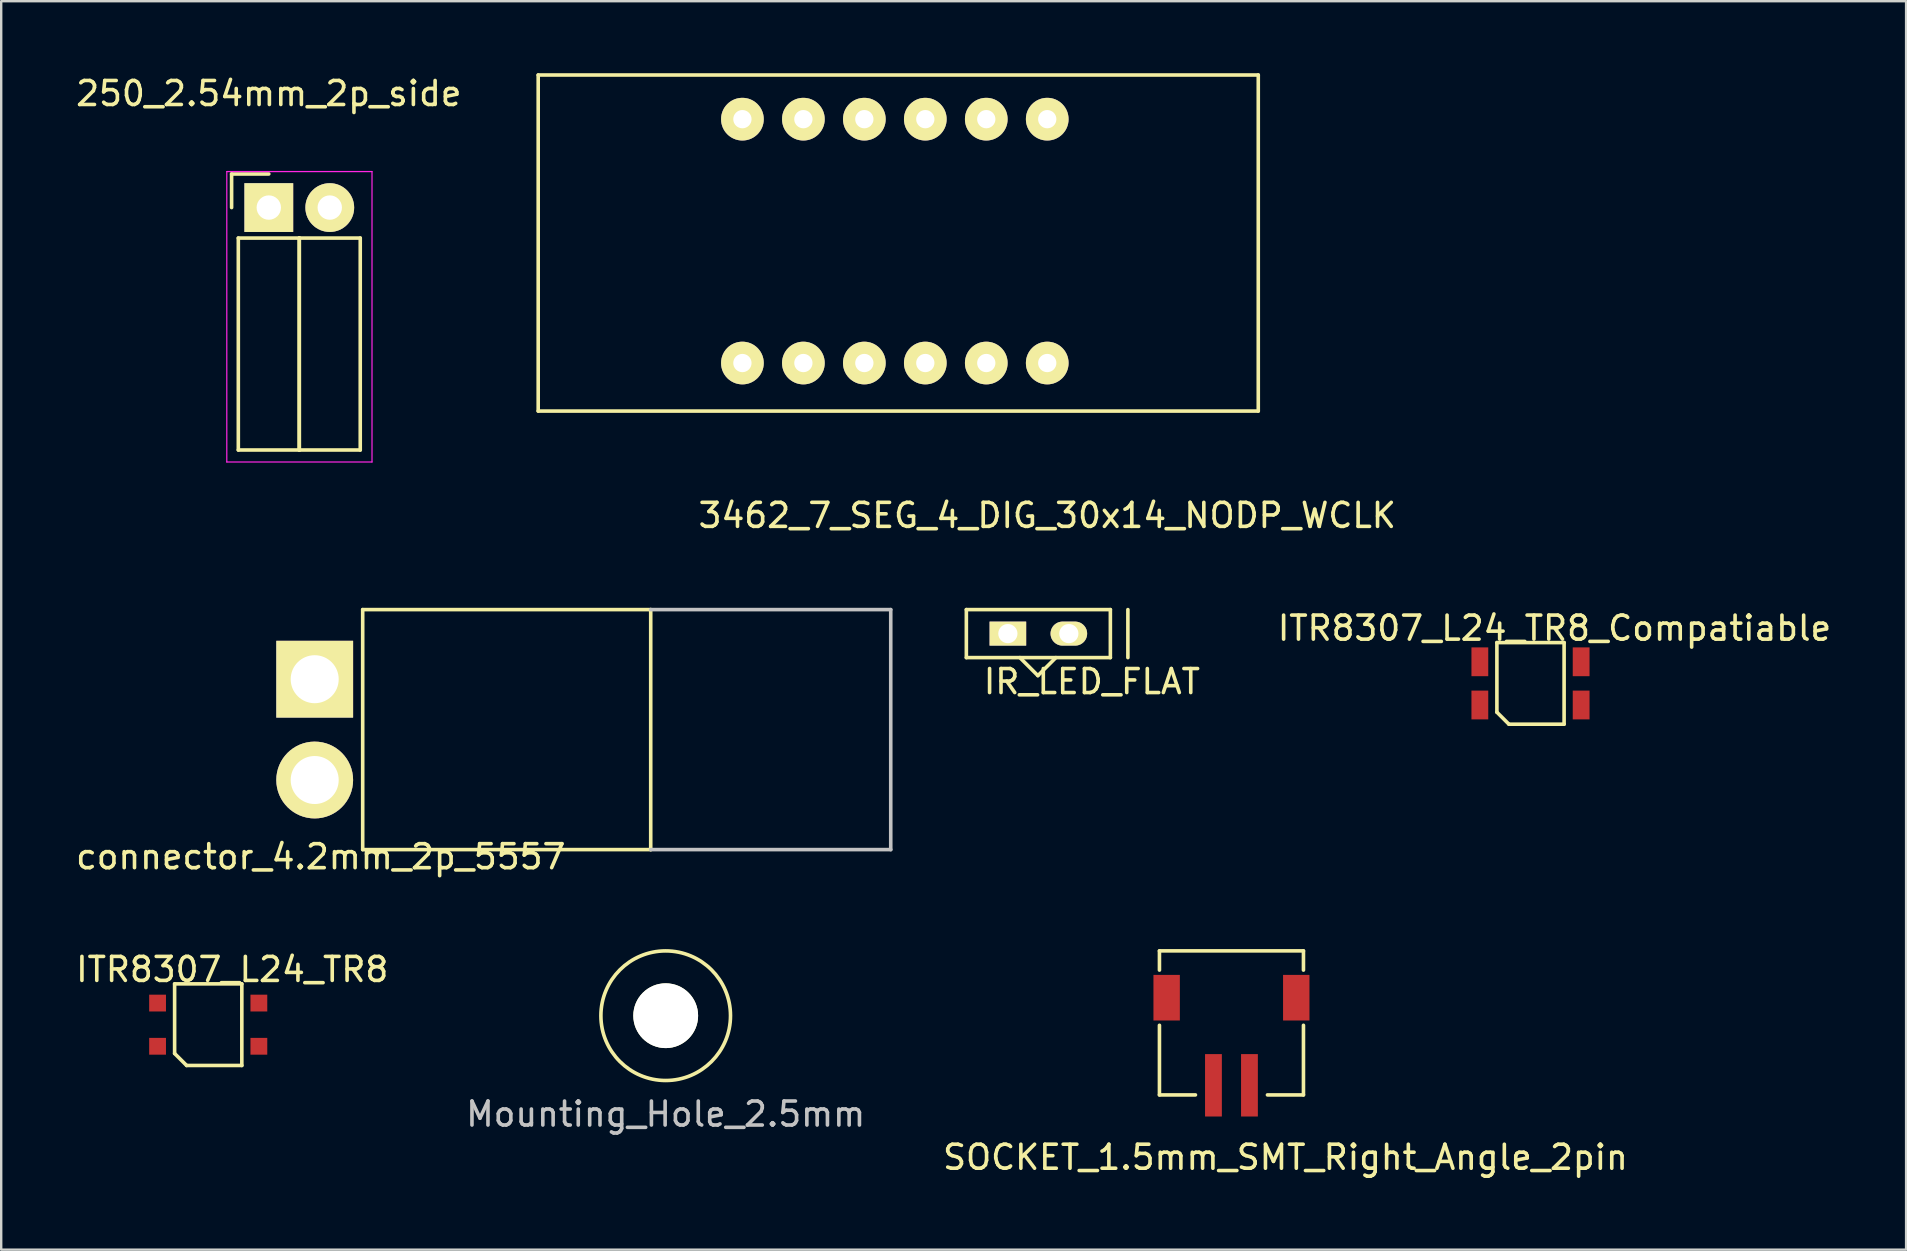
<source format=kicad_pcb>
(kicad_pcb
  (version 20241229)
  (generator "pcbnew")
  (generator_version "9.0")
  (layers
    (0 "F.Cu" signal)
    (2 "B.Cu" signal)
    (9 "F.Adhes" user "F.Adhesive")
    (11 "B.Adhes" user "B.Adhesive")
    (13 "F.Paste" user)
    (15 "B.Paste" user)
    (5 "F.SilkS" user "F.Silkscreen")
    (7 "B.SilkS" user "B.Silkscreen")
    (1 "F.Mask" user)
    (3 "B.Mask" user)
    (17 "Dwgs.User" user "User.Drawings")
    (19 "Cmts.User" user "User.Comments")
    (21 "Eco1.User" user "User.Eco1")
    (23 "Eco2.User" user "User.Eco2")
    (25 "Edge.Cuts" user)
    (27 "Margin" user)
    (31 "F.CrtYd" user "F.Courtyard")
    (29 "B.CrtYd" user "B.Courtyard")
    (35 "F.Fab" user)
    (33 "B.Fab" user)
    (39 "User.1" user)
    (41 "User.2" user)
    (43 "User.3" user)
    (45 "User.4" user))
  (footprint "ITR8307_L24_TR8_Compatiable"
    (layer "F.Cu")
    (at 60.715 25.422)
    (property "Reference" "ITR8307_L24_TR8_Compatiable" (at 1 -2.3 0) (layer "F.SilkS") (effects (font (size 1 1) (thickness 0.15))))
    (attr through_hole)
    (fp_line (start -1.4 -1.7) (end 1.4 -1.7) (stroke (width 0.15) (type solid)) (layer "F.SilkS"))
    (fp_line (start -1.4 1.2) (end -1.4 -1.7) (stroke (width 0.15) (type solid)) (layer "F.SilkS"))
    (fp_line (start -1.4 1.2) (end -0.9 1.7) (stroke (width 0.15) (type solid)) (layer "F.SilkS"))
    (fp_line (start 1.4 -1.7) (end 1.4 1.7) (stroke (width 0.15) (type solid)) (layer "F.SilkS"))
    (fp_line (start 1.4 1.7) (end -0.9 1.7) (stroke (width 0.15) (type solid)) (layer "F.SilkS"))
    (pad "1" smd rect (at 2.11 0.9) (size 0.7 1.2) (layers "F.Cu" "F.Mask" "F.Paste"))
    (pad "2" smd rect (at -2.11 0.9) (size 0.7 1.2) (layers "F.Cu" "F.Mask" "F.Paste"))
    (pad "3" smd rect (at 2.11 -0.9) (size 0.7 1.2) (layers "F.Cu" "F.Mask" "F.Paste"))
    (pad "4" smd rect (at -2.11 -0.9) (size 0.7 1.2) (layers "F.Cu" "F.Mask" "F.Paste")))
  (footprint "3462_7_SEG_4_DIG_30x14_NODP_WCLK"
    (layer "F.Cu")
    (at 27.881 12.075)
    (property "Reference" "3462_7_SEG_4_DIG_30x14_NODP_WCLK" (at 12.7 6.35 0) (layer "F.SilkS") (effects (font (size 1 1) (thickness 0.15))))
    (attr through_hole)
    (fp_line (start -8.508 -12) (end -8.508 2) (stroke (width 0.15) (type solid)) (layer "F.SilkS"))
    (fp_line (start -8.508 2) (end 21.492 2) (stroke (width 0.15) (type solid)) (layer "F.SilkS"))
    (fp_line (start 21.492 -12) (end -8.508 -12) (stroke (width 0.15) (type solid)) (layer "F.SilkS"))
    (fp_line (start 21.492 2) (end 21.492 -12) (stroke (width 0.15) (type solid)) (layer "F.SilkS"))
    (pad "1" thru_hole circle (at 0 0) (size 1.778 1.778) (drill 0.762) (layers "*.Cu" "*.Mask" "F.SilkS"))
    (pad "2" thru_hole circle (at 2.54 0) (size 1.778 1.778) (drill 0.762) (layers "*.Cu" "*.Mask" "F.SilkS"))
    (pad "3" thru_hole circle (at 5.08 0) (size 1.778 1.778) (drill 0.762) (layers "*.Cu" "*.Mask" "F.SilkS"))
    (pad "4" thru_hole circle (at 7.62 0) (size 1.778 1.778) (drill 0.762) (layers "*.Cu" "*.Mask" "F.SilkS"))
    (pad "5" thru_hole circle (at 10.16 0) (size 1.778 1.778) (drill 0.762) (layers "*.Cu" "*.Mask" "F.SilkS"))
    (pad "6" thru_hole circle (at 12.7 0) (size 1.778 1.778) (drill 0.762) (layers "*.Cu" "*.Mask" "F.SilkS"))
    (pad "7" thru_hole circle (at 12.7 -10.16) (size 1.778 1.778) (drill 0.762) (layers "*.Cu" "*.Mask" "F.SilkS"))
    (pad "8" thru_hole circle (at 10.16 -10.16) (size 1.778 1.778) (drill 0.762) (layers "*.Cu" "*.Mask" "F.SilkS"))
    (pad "9" thru_hole circle (at 7.62 -10.16) (size 1.778 1.778) (drill 0.762) (layers "*.Cu" "*.Mask" "F.SilkS"))
    (pad "10" thru_hole circle (at 5.08 -10.16) (size 1.778 1.778) (drill 0.762) (layers "*.Cu" "*.Mask" "F.SilkS"))
    (pad "11" thru_hole circle (at 2.54 -10.16) (size 1.778 1.778) (drill 0.762) (layers "*.Cu" "*.Mask" "F.SilkS"))
    (pad "12" thru_hole circle (at 0 -10.16) (size 1.778 1.778) (drill 0.762) (layers "*.Cu" "*.Mask" "F.SilkS")))
  (footprint "connector_4.2mm_2p_5557"
    (layer "F.Cu")
    (at 10.061 27.348)
    (property "Reference" "connector_4.2mm_2p_5557" (at 0.254 5.296 0) (layer "F.SilkS") (effects (font (size 1 1) (thickness 0.15))))
    (attr through_hole)
    (fp_line (start 2 -5) (end 14 -5) (stroke (width 0.15) (type solid)) (layer "F.SilkS"))
    (fp_line (start 2 5) (end 2 -5) (stroke (width 0.15) (type solid)) (layer "F.SilkS"))
    (fp_line (start 14 5) (end 2 5) (stroke (width 0.15) (type solid)) (layer "F.SilkS"))
    (fp_line (start 14 5) (end 14 -5) (stroke (width 0.15) (type solid)) (layer "F.SilkS"))
    (fp_line (start 14 -5) (end 24 -5) (stroke (width 0.15) (type solid)) (layer "Dwgs.User"))
    (fp_line (start 24 -5) (end 24 5) (stroke (width 0.15) (type solid)) (layer "Dwgs.User"))
    (fp_line (start 24 5) (end 14 5) (stroke (width 0.15) (type solid)) (layer "Dwgs.User"))
    (pad "1" thru_hole rect (at 0 -2.1) (size 3.2 3.2) (drill 2) (layers "*.Cu" "*.Mask" "F.SilkS"))
    (pad "2" thru_hole circle (at 0 2.1) (size 3.2 3.2) (drill 2) (layers "*.Cu" "*.Mask" "F.SilkS")))
  (footprint "ITR8307_L24_TR8"
    (layer "F.Cu")
    (at 5.625 39.641)
    (property "Reference" "ITR8307_L24_TR8" (at 1 -2.3 0) (layer "F.SilkS") (effects (font (size 1 1) (thickness 0.15))))
    (attr through_hole)
    (fp_line (start -1.4 -1.7) (end 1.4 -1.7) (stroke (width 0.15) (type solid)) (layer "F.SilkS"))
    (fp_line (start -1.4 1.2) (end -1.4 -1.7) (stroke (width 0.15) (type solid)) (layer "F.SilkS"))
    (fp_line (start -1.4 1.2) (end -0.9 1.7) (stroke (width 0.15) (type solid)) (layer "F.SilkS"))
    (fp_line (start 1.4 -1.7) (end 1.4 1.7) (stroke (width 0.15) (type solid)) (layer "F.SilkS"))
    (fp_line (start 1.4 1.7) (end -0.9 1.7) (stroke (width 0.15) (type solid)) (layer "F.SilkS"))
    (pad "1" smd rect (at 2.11 0.9) (size 0.7 0.7) (layers "F.Cu" "F.Mask" "F.Paste"))
    (pad "2" smd rect (at -2.11 0.9) (size 0.7 0.7) (layers "F.Cu" "F.Mask" "F.Paste"))
    (pad "3" smd rect (at 2.11 -0.9) (size 0.7 0.7) (layers "F.Cu" "F.Mask" "F.Paste"))
    (pad "4" smd rect (at -2.11 -0.9) (size 0.7 0.7) (layers "F.Cu" "F.Mask" "F.Paste")))
  (footprint "Mounting_Hole_2.5mm"
    (layer "F.Cu")
    (at 24.685 39.267)
    (property "Reference" "Mounting_Hole_2.5mm" (at 0 4.1 0) (layer "Dwgs.User") (effects (font (size 1 1) (thickness 0.15))))
    (attr through_hole)
    (fp_circle (center 0 0) (end 2.7 0) (stroke (width 0.15) (type solid)) (fill no) (layer "F.SilkS"))
    (pad "" np_thru_hole circle (at 0 0) (size 2.7 2.7) (drill 2.7) (layers "*.Cu" "*.Mask" "F.SilkS")))
  (footprint "250_2.54mm_2p_side"
    (layer "F.Cu")
    (at 8.149 5.598)
    (property "Reference" "250_2.54mm_2p_side" (at 0 -4.75 0) (layer "F.SilkS") (effects (font (size 1 1) (thickness 0.15))))
    (attr through_hole)
    (fp_line (start -1.55 -1.4) (end -1.55 0) (stroke (width 0.15) (type solid)) (layer "F.SilkS"))
    (fp_line (start -1.27 1.27) (end -1.27 10.1) (stroke (width 0.15) (type solid)) (layer "F.SilkS"))
    (fp_line (start -1.27 1.27) (end 1.27 1.27) (stroke (width 0.15) (type solid)) (layer "F.SilkS"))
    (fp_line (start -1.27 10.1) (end 1.27 10.1) (stroke (width 0.15) (type solid)) (layer "F.SilkS"))
    (fp_line (start 0 -1.4) (end -1.55 -1.4) (stroke (width 0.15) (type solid)) (layer "F.SilkS"))
    (fp_line (start 1.27 1.27) (end 1.27 10.1) (stroke (width 0.15) (type solid)) (layer "F.SilkS"))
    (fp_line (start 1.27 1.27) (end 3.81 1.27) (stroke (width 0.15) (type solid)) (layer "F.SilkS"))
    (fp_line (start 1.27 10.1) (end 1.27 1.27) (stroke (width 0.15) (type solid)) (layer "F.SilkS"))
    (fp_line (start 1.27 10.1) (end 3.81 10.1) (stroke (width 0.15) (type solid)) (layer "F.SilkS"))
    (fp_line (start 3.81 10.1) (end 3.81 1.27) (stroke (width 0.15) (type solid)) (layer "F.SilkS"))
    (fp_line (start -1.75 -1.5) (end -1.75 10.6) (stroke (width 0.05) (type solid)) (layer "F.CrtYd"))
    (fp_line (start -1.75 -1.5) (end 4.3 -1.5) (stroke (width 0.05) (type solid)) (layer "F.CrtYd"))
    (fp_line (start -1.75 10.6) (end 4.3 10.6) (stroke (width 0.05) (type solid)) (layer "F.CrtYd"))
    (fp_line (start 4.3 -1.5) (end 4.3 10.6) (stroke (width 0.05) (type solid)) (layer "F.CrtYd"))
    (pad "1" thru_hole rect (at 0 0) (size 2.032 2.032) (drill 1.016) (layers "*.Cu" "*.Mask" "F.SilkS"))
    (pad "2" thru_hole oval (at 2.54 0) (size 2.032 2.032) (drill 1.016) (layers "*.Cu" "*.Mask" "F.SilkS")))
  (footprint "SOCKET_1.5mm_SMT_Right_Angle_2pin"
    (layer "F.Cu")
    (at 47.506 42.167)
    (property "Reference" "SOCKET_1.5mm_SMT_Right_Angle_2pin" (at 3 3 0) (layer "F.SilkS") (effects (font (size 1 1) (thickness 0.15))))
    (attr through_hole)
    (fp_line (start -2.25 -5.6) (end -2.25 -4.8) (stroke (width 0.15) (type solid)) (layer "F.SilkS"))
    (fp_line (start -2.25 -5.6) (end 3.75 -5.6) (stroke (width 0.15) (type solid)) (layer "F.SilkS"))
    (fp_line (start -2.25 -2.5) (end -2.25 0.4) (stroke (width 0.15) (type solid)) (layer "F.SilkS"))
    (fp_line (start -2.25 0.4) (end -0.75 0.4) (stroke (width 0.15) (type solid)) (layer "F.SilkS"))
    (fp_line (start 2.25 0.4) (end 3.75 0.4) (stroke (width 0.15) (type solid)) (layer "F.SilkS"))
    (fp_line (start 3.75 -5.6) (end 3.75 -4.8) (stroke (width 0.15) (type solid)) (layer "F.SilkS"))
    (fp_line (start 3.75 -2.5) (end 3.75 0.4) (stroke (width 0.15) (type solid)) (layer "F.SilkS"))
    (pad "1" smd rect (at 0 0) (size 0.7 2.6) (layers "F.Cu" "F.Mask" "F.Paste"))
    (pad "2" smd rect (at 1.5 0) (size 0.7 2.6) (layers "F.Cu" "F.Mask" "F.Paste"))
    (pad "3" smd rect (at -1.95 -3.65) (size 1.1 1.9) (layers "F.Cu" "F.Mask" "F.Paste"))
    (pad "4" smd rect (at 3.45 -3.65) (size 1.1 1.9) (layers "F.Cu" "F.Mask" "F.Paste")))
  (footprint "IR_LED_FLAT"
    (layer "F.Cu")
    (at 38.941 23.348)
    (property "Reference" "IR_LED_FLAT" (at 3.5 2 0) (layer "F.SilkS") (effects (font (size 1 1) (thickness 0.15))))
    (attr through_hole)
    (fp_line (start -1.73 -1) (end -1.73 1) (stroke (width 0.15) (type solid)) (layer "F.SilkS"))
    (fp_line (start -1.73 -1) (end 4.27 -1) (stroke (width 0.15) (type solid)) (layer "F.SilkS"))
    (fp_line (start -1.73 1) (end 4.27 1) (stroke (width 0.15) (type solid)) (layer "F.SilkS"))
    (fp_line (start 0.5 1) (end 1.25 1.75) (stroke (width 0.15) (type solid)) (layer "F.SilkS"))
    (fp_line (start 1.25 1.75) (end 2 1) (stroke (width 0.15) (type solid)) (layer "F.SilkS"))
    (fp_line (start 4.27 -1) (end 4.27 1) (stroke (width 0.15) (type solid)) (layer "F.SilkS"))
    (fp_line (start 5 -1) (end 5 1) (stroke (width 0.15) (type solid)) (layer "F.SilkS"))
    (pad "1" thru_hole rect (at 0 0 90) (size 1 1.524) (drill 0.8) (layers "*.Cu" "*.Mask" "F.SilkS"))
    (pad "2" thru_hole oval (at 2.54 0) (size 1.524 1) (drill 0.8) (layers "*.Cu" "*.Mask" "F.SilkS")))
  (gr_rect
    (start -3 -3)
    (end 76.364 49.016)
    (stroke (width 0.1) (type default))
    (fill no)
    (layer "Edge.Cuts")))
</source>
